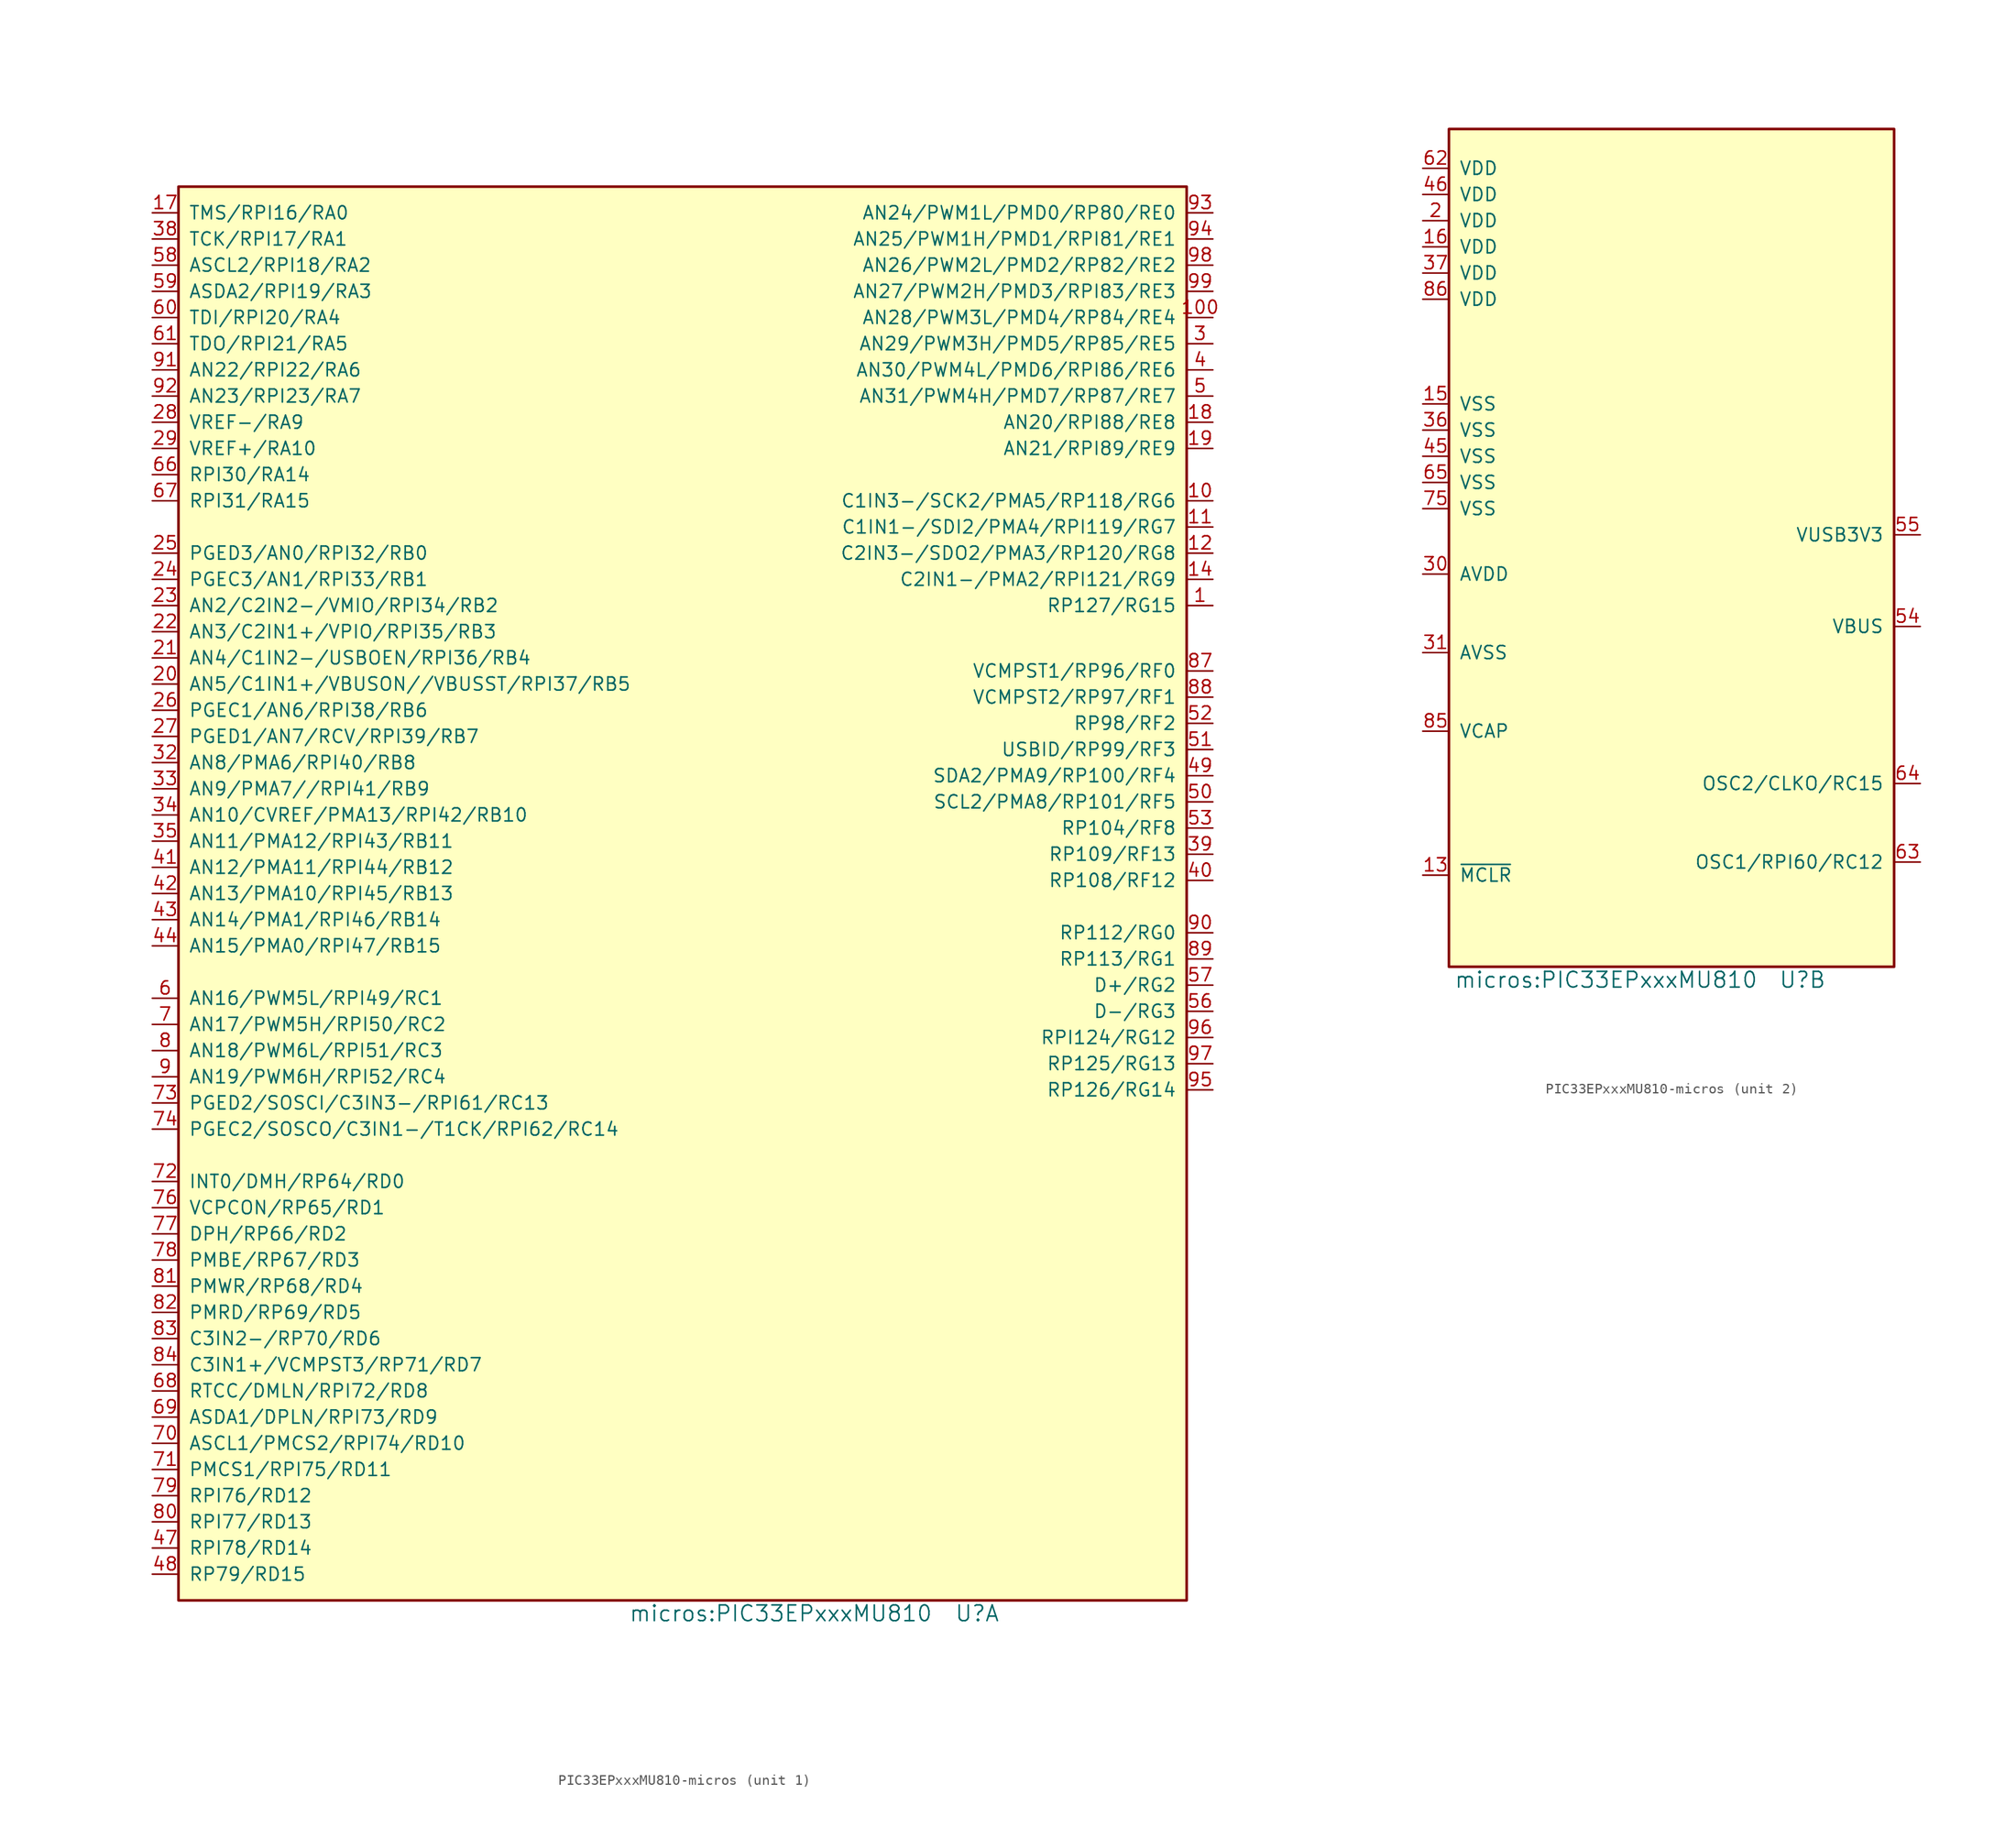
<source format=kicad_sym>
(kicad_symbol_lib
  (version 20241209)
  (generator "kicad_symbol_editor")
  (generator_version "9.0")
  (symbol "PIC33EPxxxMU810-micros"
    (pin_names
      (offset 1.016))
    (property "Reference" "U"
      (at 19.05 -97.79 0)
      (effects (font (size 1.524 1.524))))
    (property "Value" "micros:PIC33EPxxxMU810"
      (at 0 -97.79 0)
      (effects (font (size 1.524 1.524))))
    (property "ki_locked" ""
      (at 0 0 0)
      (effects (font (size 1.27 1.27))))
    (symbol "PIC33EPxxxMU810-micros_1_1"
      (rectangle (start -58.42 40.64) (end 39.37 -96.52) (stroke (width 0.254) (type solid)) (fill (type background)))
      (pin bidirectional line (at -60.96 38.1 0) (length 2.489) (name "TMS/RPI16/RA0" (effects (font (size 1.27 1.27)))) (number "17" (effects (font (size 1.27 1.27)))))
      (pin bidirectional line (at -60.96 35.56 0) (length 2.489) (name "TCK/RPI17/RA1" (effects (font (size 1.27 1.27)))) (number "38" (effects (font (size 1.27 1.27)))))
      (pin bidirectional line (at -60.96 33.02 0) (length 2.489) (name "ASCL2/RPI18/RA2" (effects (font (size 1.27 1.27)))) (number "58" (effects (font (size 1.27 1.27)))))
      (pin bidirectional line (at -60.96 30.48 0) (length 2.489) (name "ASDA2/RPI19/RA3" (effects (font (size 1.27 1.27)))) (number "59" (effects (font (size 1.27 1.27)))))
      (pin bidirectional line (at -60.96 27.94 0) (length 2.489) (name "TDI/RPI20/RA4" (effects (font (size 1.27 1.27)))) (number "60" (effects (font (size 1.27 1.27)))))
      (pin bidirectional line (at -60.96 25.4 0) (length 2.489) (name "TDO/RPI21/RA5" (effects (font (size 1.27 1.27)))) (number "61" (effects (font (size 1.27 1.27)))))
      (pin bidirectional line (at -60.96 22.86 0) (length 2.489) (name "AN22/RPI22/RA6" (effects (font (size 1.27 1.27)))) (number "91" (effects (font (size 1.27 1.27)))))
      (pin bidirectional line (at -60.96 20.32 0) (length 2.489) (name "AN23/RPI23/RA7" (effects (font (size 1.27 1.27)))) (number "92" (effects (font (size 1.27 1.27)))))
      (pin bidirectional line (at -60.96 17.78 0) (length 2.489) (name "VREF-/RA9" (effects (font (size 1.27 1.27)))) (number "28" (effects (font (size 1.27 1.27)))))
      (pin bidirectional line (at -60.96 15.24 0) (length 2.489) (name "VREF+/RA10" (effects (font (size 1.27 1.27)))) (number "29" (effects (font (size 1.27 1.27)))))
      (pin bidirectional line (at -60.96 12.7 0) (length 2.489) (name "RPI30/RA14" (effects (font (size 1.27 1.27)))) (number "66" (effects (font (size 1.27 1.27)))))
      (pin bidirectional line (at -60.96 10.16 0) (length 2.489) (name "RPI31/RA15" (effects (font (size 1.27 1.27)))) (number "67" (effects (font (size 1.27 1.27)))))
      (pin bidirectional line (at -60.96 5.08 0) (length 2.489) (name "PGED3/AN0/RPI32/RB0" (effects (font (size 1.27 1.27)))) (number "25" (effects (font (size 1.27 1.27)))))
      (pin bidirectional line (at -60.96 2.54 0) (length 2.489) (name "PGEC3/AN1/RPI33/RB1" (effects (font (size 1.27 1.27)))) (number "24" (effects (font (size 1.27 1.27)))))
      (pin bidirectional line (at -60.96 0 0) (length 2.489) (name "AN2/C2IN2-/VMIO/RPI34/RB2" (effects (font (size 1.27 1.27)))) (number "23" (effects (font (size 1.27 1.27)))))
      (pin bidirectional line (at -60.96 -2.54 0) (length 2.489) (name "AN3/C2IN1+/VPIO/RPI35/RB3" (effects (font (size 1.27 1.27)))) (number "22" (effects (font (size 1.27 1.27)))))
      (pin bidirectional line (at -60.96 -5.08 0) (length 2.489) (name "AN4/C1IN2-/USBOEN/RPI36/RB4" (effects (font (size 1.27 1.27)))) (number "21" (effects (font (size 1.27 1.27)))))
      (pin bidirectional line (at -60.96 -7.62 0) (length 2.489) (name "AN5/C1IN1+/VBUSON//VBUSST/RPI37/RB5" (effects (font (size 1.27 1.27)))) (number "20" (effects (font (size 1.27 1.27)))))
      (pin bidirectional line (at -60.96 -10.16 0) (length 2.489) (name "PGEC1/AN6/RPI38/RB6" (effects (font (size 1.27 1.27)))) (number "26" (effects (font (size 1.27 1.27)))))
      (pin bidirectional line (at -60.96 -12.7 0) (length 2.489) (name "PGED1/AN7/RCV/RPI39/RB7" (effects (font (size 1.27 1.27)))) (number "27" (effects (font (size 1.27 1.27)))))
      (pin bidirectional line (at -60.96 -15.24 0) (length 2.489) (name "AN8/PMA6/RPI40/RB8" (effects (font (size 1.27 1.27)))) (number "32" (effects (font (size 1.27 1.27)))))
      (pin bidirectional line (at -60.96 -17.78 0) (length 2.489) (name "AN9/PMA7//RPI41/RB9" (effects (font (size 1.27 1.27)))) (number "33" (effects (font (size 1.27 1.27)))))
      (pin bidirectional line (at -60.96 -20.32 0) (length 2.489) (name "AN10/CVREF/PMA13/RPI42/RB10" (effects (font (size 1.27 1.27)))) (number "34" (effects (font (size 1.27 1.27)))))
      (pin bidirectional line (at -60.96 -22.86 0) (length 2.489) (name "AN11/PMA12/RPI43/RB11" (effects (font (size 1.27 1.27)))) (number "35" (effects (font (size 1.27 1.27)))))
      (pin bidirectional line (at -60.96 -25.4 0) (length 2.489) (name "AN12/PMA11/RPI44/RB12" (effects (font (size 1.27 1.27)))) (number "41" (effects (font (size 1.27 1.27)))))
      (pin bidirectional line (at -60.96 -27.94 0) (length 2.489) (name "AN13/PMA10/RPI45/RB13" (effects (font (size 1.27 1.27)))) (number "42" (effects (font (size 1.27 1.27)))))
      (pin bidirectional line (at -60.96 -30.48 0) (length 2.489) (name "AN14/PMA1/RPI46/RB14" (effects (font (size 1.27 1.27)))) (number "43" (effects (font (size 1.27 1.27)))))
      (pin bidirectional line (at -60.96 -33.02 0) (length 2.489) (name "AN15/PMA0/RPI47/RB15" (effects (font (size 1.27 1.27)))) (number "44" (effects (font (size 1.27 1.27)))))
      (pin bidirectional line (at -60.96 -38.1 0) (length 2.489) (name "AN16/PWM5L/RPI49/RC1" (effects (font (size 1.27 1.27)))) (number "6" (effects (font (size 1.27 1.27)))))
      (pin bidirectional line (at -60.96 -40.64 0) (length 2.489) (name "AN17/PWM5H/RPI50/RC2" (effects (font (size 1.27 1.27)))) (number "7" (effects (font (size 1.27 1.27)))))
      (pin bidirectional line (at -60.96 -43.18 0) (length 2.489) (name "AN18/PWM6L/RPI51/RC3" (effects (font (size 1.27 1.27)))) (number "8" (effects (font (size 1.27 1.27)))))
      (pin bidirectional line (at -60.96 -45.72 0) (length 2.489) (name "AN19/PWM6H/RPI52/RC4" (effects (font (size 1.27 1.27)))) (number "9" (effects (font (size 1.27 1.27)))))
      (pin bidirectional line (at -60.96 -48.26 0) (length 2.489) (name "PGED2/SOSCI/C3IN3-/RPI61/RC13" (effects (font (size 1.27 1.27)))) (number "73" (effects (font (size 1.27 1.27)))))
      (pin bidirectional line (at -60.96 -50.8 0) (length 2.489) (name "PGEC2/SOSCO/C3IN1-/T1CK/RPI62/RC14" (effects (font (size 1.27 1.27)))) (number "74" (effects (font (size 1.27 1.27)))))
      (pin bidirectional line (at -60.96 -55.88 0) (length 2.489) (name "INT0/DMH/RP64/RD0" (effects (font (size 1.27 1.27)))) (number "72" (effects (font (size 1.27 1.27)))))
      (pin bidirectional line (at -60.96 -58.42 0) (length 2.489) (name "VCPCON/RP65/RD1" (effects (font (size 1.27 1.27)))) (number "76" (effects (font (size 1.27 1.27)))))
      (pin bidirectional line (at -60.96 -60.96 0) (length 2.489) (name "DPH/RP66/RD2" (effects (font (size 1.27 1.27)))) (number "77" (effects (font (size 1.27 1.27)))))
      (pin bidirectional line (at -60.96 -63.5 0) (length 2.489) (name "PMBE/RP67/RD3" (effects (font (size 1.27 1.27)))) (number "78" (effects (font (size 1.27 1.27)))))
      (pin bidirectional line (at -60.96 -66.04 0) (length 2.489) (name "PMWR/RP68/RD4" (effects (font (size 1.27 1.27)))) (number "81" (effects (font (size 1.27 1.27)))))
      (pin bidirectional line (at -60.96 -68.58 0) (length 2.489) (name "PMRD/RP69/RD5" (effects (font (size 1.27 1.27)))) (number "82" (effects (font (size 1.27 1.27)))))
      (pin bidirectional line (at -60.96 -71.12 0) (length 2.489) (name "C3IN2-/RP70/RD6" (effects (font (size 1.27 1.27)))) (number "83" (effects (font (size 1.27 1.27)))))
      (pin bidirectional line (at -60.96 -73.66 0) (length 2.489) (name "C3IN1+/VCMPST3/RP71/RD7" (effects (font (size 1.27 1.27)))) (number "84" (effects (font (size 1.27 1.27)))))
      (pin bidirectional line (at -60.96 -76.2 0) (length 2.489) (name "RTCC/DMLN/RPI72/RD8" (effects (font (size 1.27 1.27)))) (number "68" (effects (font (size 1.27 1.27)))))
      (pin bidirectional line (at -60.96 -78.74 0) (length 2.489) (name "ASDA1/DPLN/RPI73/RD9" (effects (font (size 1.27 1.27)))) (number "69" (effects (font (size 1.27 1.27)))))
      (pin bidirectional line (at -60.96 -81.28 0) (length 2.489) (name "ASCL1/PMCS2/RPI74/RD10" (effects (font (size 1.27 1.27)))) (number "70" (effects (font (size 1.27 1.27)))))
      (pin bidirectional line (at -60.96 -83.82 0) (length 2.489) (name "PMCS1/RPI75/RD11" (effects (font (size 1.27 1.27)))) (number "71" (effects (font (size 1.27 1.27)))))
      (pin bidirectional line (at -60.96 -86.36 0) (length 2.489) (name "RPI76/RD12" (effects (font (size 1.27 1.27)))) (number "79" (effects (font (size 1.27 1.27)))))
      (pin bidirectional line (at -60.96 -88.9 0) (length 2.489) (name "RPI77/RD13" (effects (font (size 1.27 1.27)))) (number "80" (effects (font (size 1.27 1.27)))))
      (pin bidirectional line (at -60.96 -91.44 0) (length 2.489) (name "RPI78/RD14" (effects (font (size 1.27 1.27)))) (number "47" (effects (font (size 1.27 1.27)))))
      (pin bidirectional line (at -60.96 -93.98 0) (length 2.489) (name "RP79/RD15" (effects (font (size 1.27 1.27)))) (number "48" (effects (font (size 1.27 1.27)))))
      (pin bidirectional line (at 41.91 38.1 180) (length 2.489) (name "AN24/PWM1L/PMD0/RP80/RE0" (effects (font (size 1.27 1.27)))) (number "93" (effects (font (size 1.27 1.27)))))
      (pin bidirectional line (at 41.91 35.56 180) (length 2.489) (name "AN25/PWM1H/PMD1/RPI81/RE1" (effects (font (size 1.27 1.27)))) (number "94" (effects (font (size 1.27 1.27)))))
      (pin bidirectional line (at 41.91 33.02 180) (length 2.489) (name "AN26/PWM2L/PMD2/RP82/RE2" (effects (font (size 1.27 1.27)))) (number "98" (effects (font (size 1.27 1.27)))))
      (pin bidirectional line (at 41.91 30.48 180) (length 2.489) (name "AN27/PWM2H/PMD3/RPI83/RE3" (effects (font (size 1.27 1.27)))) (number "99" (effects (font (size 1.27 1.27)))))
      (pin bidirectional line (at 41.91 27.94 180) (length 2.489) (name "AN28/PWM3L/PMD4/RP84/RE4" (effects (font (size 1.27 1.27)))) (number "100" (effects (font (size 1.27 1.27)))))
      (pin bidirectional line (at 41.91 25.4 180) (length 2.489) (name "AN29/PWM3H/PMD5/RP85/RE5" (effects (font (size 1.27 1.27)))) (number "3" (effects (font (size 1.27 1.27)))))
      (pin bidirectional line (at 41.91 22.86 180) (length 2.489) (name "AN30/PWM4L/PMD6/RPI86/RE6" (effects (font (size 1.27 1.27)))) (number "4" (effects (font (size 1.27 1.27)))))
      (pin bidirectional line (at 41.91 20.32 180) (length 2.489) (name "AN31/PWM4H/PMD7/RP87/RE7" (effects (font (size 1.27 1.27)))) (number "5" (effects (font (size 1.27 1.27)))))
      (pin bidirectional line (at 41.91 17.78 180) (length 2.489) (name "AN20/RPI88/RE8" (effects (font (size 1.27 1.27)))) (number "18" (effects (font (size 1.27 1.27)))))
      (pin bidirectional line (at 41.91 15.24 180) (length 2.489) (name "AN21/RPI89/RE9" (effects (font (size 1.27 1.27)))) (number "19" (effects (font (size 1.27 1.27)))))
      (pin bidirectional line (at 41.91 10.16 180) (length 2.489) (name "C1IN3-/SCK2/PMA5/RP118/RG6" (effects (font (size 1.27 1.27)))) (number "10" (effects (font (size 1.27 1.27)))))
      (pin bidirectional line (at 41.91 7.62 180) (length 2.489) (name "C1IN1-/SDI2/PMA4/RPI119/RG7" (effects (font (size 1.27 1.27)))) (number "11" (effects (font (size 1.27 1.27)))))
      (pin bidirectional line (at 41.91 5.08 180) (length 2.489) (name "C2IN3-/SDO2/PMA3/RP120/RG8" (effects (font (size 1.27 1.27)))) (number "12" (effects (font (size 1.27 1.27)))))
      (pin bidirectional line (at 41.91 2.54 180) (length 2.489) (name "C2IN1-/PMA2/RPI121/RG9" (effects (font (size 1.27 1.27)))) (number "14" (effects (font (size 1.27 1.27)))))
      (pin bidirectional line (at 41.91 0 180) (length 2.489) (name "RP127/RG15" (effects (font (size 1.27 1.27)))) (number "1" (effects (font (size 1.27 1.27)))))
      (pin bidirectional line (at 41.91 -6.35 180) (length 2.489) (name "VCMPST1/RP96/RF0" (effects (font (size 1.27 1.27)))) (number "87" (effects (font (size 1.27 1.27)))))
      (pin bidirectional line (at 41.91 -8.89 180) (length 2.489) (name "VCMPST2/RP97/RF1" (effects (font (size 1.27 1.27)))) (number "88" (effects (font (size 1.27 1.27)))))
      (pin bidirectional line (at 41.91 -11.43 180) (length 2.489) (name "RP98/RF2" (effects (font (size 1.27 1.27)))) (number "52" (effects (font (size 1.27 1.27)))))
      (pin bidirectional line (at 41.91 -13.97 180) (length 2.489) (name "USBID/RP99/RF3" (effects (font (size 1.27 1.27)))) (number "51" (effects (font (size 1.27 1.27)))))
      (pin bidirectional line (at 41.91 -16.51 180) (length 2.489) (name "SDA2/PMA9/RP100/RF4" (effects (font (size 1.27 1.27)))) (number "49" (effects (font (size 1.27 1.27)))))
      (pin bidirectional line (at 41.91 -19.05 180) (length 2.489) (name "SCL2/PMA8/RP101/RF5" (effects (font (size 1.27 1.27)))) (number "50" (effects (font (size 1.27 1.27)))))
      (pin bidirectional line (at 41.91 -21.59 180) (length 2.489) (name "RP104/RF8" (effects (font (size 1.27 1.27)))) (number "53" (effects (font (size 1.27 1.27)))))
      (pin bidirectional line (at 41.91 -24.13 180) (length 2.489) (name "RP109/RF13" (effects (font (size 1.27 1.27)))) (number "39" (effects (font (size 1.27 1.27)))))
      (pin bidirectional line (at 41.91 -26.67 180) (length 2.489) (name "RP108/RF12" (effects (font (size 1.27 1.27)))) (number "40" (effects (font (size 1.27 1.27)))))
      (pin bidirectional line (at 41.91 -31.75 180) (length 2.489) (name "RP112/RG0" (effects (font (size 1.27 1.27)))) (number "90" (effects (font (size 1.27 1.27)))))
      (pin bidirectional line (at 41.91 -34.29 180) (length 2.489) (name "RP113/RG1" (effects (font (size 1.27 1.27)))) (number "89" (effects (font (size 1.27 1.27)))))
      (pin bidirectional line (at 41.91 -36.83 180) (length 2.489) (name "D+/RG2" (effects (font (size 1.27 1.27)))) (number "57" (effects (font (size 1.27 1.27)))))
      (pin bidirectional line (at 41.91 -39.37 180) (length 2.489) (name "D-/RG3" (effects (font (size 1.27 1.27)))) (number "56" (effects (font (size 1.27 1.27)))))
      (pin bidirectional line (at 41.91 -41.91 180) (length 2.489) (name "RPI124/RG12" (effects (font (size 1.27 1.27)))) (number "96" (effects (font (size 1.27 1.27)))))
      (pin bidirectional line (at 41.91 -44.45 180) (length 2.489) (name "RP125/RG13" (effects (font (size 1.27 1.27)))) (number "97" (effects (font (size 1.27 1.27)))))
      (pin bidirectional line (at 41.91 -46.99 180) (length 2.489) (name "RP126/RG14" (effects (font (size 1.27 1.27)))) (number "95" (effects (font (size 1.27 1.27))))))
    (symbol "PIC33EPxxxMU810-micros_2_1"
      (rectangle (start 27.94 -15.24) (end -15.24 -96.52) (stroke (width 0.254) (type solid)) (fill (type background)))
      (pin power_in line (at -17.78 -19.05 0) (length 2.489) (name "VDD" (effects (font (size 1.27 1.27)))) (number "62" (effects (font (size 1.27 1.27)))))
      (pin power_in line (at -17.78 -21.59 0) (length 2.489) (name "VDD" (effects (font (size 1.27 1.27)))) (number "46" (effects (font (size 1.27 1.27)))))
      (pin power_in line (at -17.78 -24.13 0) (length 2.489) (name "VDD" (effects (font (size 1.27 1.27)))) (number "2" (effects (font (size 1.27 1.27)))))
      (pin power_in line (at -17.78 -26.67 0) (length 2.489) (name "VDD" (effects (font (size 1.27 1.27)))) (number "16" (effects (font (size 1.27 1.27)))))
      (pin power_in line (at -17.78 -29.21 0) (length 2.489) (name "VDD" (effects (font (size 1.27 1.27)))) (number "37" (effects (font (size 1.27 1.27)))))
      (pin power_in line (at -17.78 -31.75 0) (length 2.489) (name "VDD" (effects (font (size 1.27 1.27)))) (number "86" (effects (font (size 1.27 1.27)))))
      (pin power_in line (at -17.78 -41.91 0) (length 2.489) (name "VSS" (effects (font (size 1.27 1.27)))) (number "15" (effects (font (size 1.27 1.27)))))
      (pin power_in line (at -17.78 -44.45 0) (length 2.489) (name "VSS" (effects (font (size 1.27 1.27)))) (number "36" (effects (font (size 1.27 1.27)))))
      (pin power_in line (at -17.78 -46.99 0) (length 2.489) (name "VSS" (effects (font (size 1.27 1.27)))) (number "45" (effects (font (size 1.27 1.27)))))
      (pin power_in line (at -17.78 -49.53 0) (length 2.489) (name "VSS" (effects (font (size 1.27 1.27)))) (number "65" (effects (font (size 1.27 1.27)))))
      (pin power_in line (at -17.78 -52.07 0) (length 2.489) (name "VSS" (effects (font (size 1.27 1.27)))) (number "75" (effects (font (size 1.27 1.27)))))
      (pin power_in line (at -17.78 -58.42 0) (length 2.489) (name "AVDD" (effects (font (size 1.27 1.27)))) (number "30" (effects (font (size 1.27 1.27)))))
      (pin power_in line (at -17.78 -66.04 0) (length 2.489) (name "AVSS" (effects (font (size 1.27 1.27)))) (number "31" (effects (font (size 1.27 1.27)))))
      (pin input line (at -17.78 -73.66 0) (length 2.489) (name "VCAP" (effects (font (size 1.27 1.27)))) (number "85" (effects (font (size 1.27 1.27)))))
      (pin input line (at -17.78 -87.63 0) (length 2.489) (name "~{MCLR}" (effects (font (size 1.27 1.27)))) (number "13" (effects (font (size 1.27 1.27)))))
      (pin power_in line (at 30.48 -54.61 180) (length 2.489) (name "VUSB3V3" (effects (font (size 1.27 1.27)))) (number "55" (effects (font (size 1.27 1.27)))))
      (pin power_in line (at 30.48 -63.5 180) (length 2.489) (name "VBUS" (effects (font (size 1.27 1.27)))) (number "54" (effects (font (size 1.27 1.27)))))
      (pin bidirectional line (at 30.48 -78.74 180) (length 2.489) (name "OSC2/CLKO/RC15" (effects (font (size 1.27 1.27)))) (number "64" (effects (font (size 1.27 1.27)))))
      (pin bidirectional line (at 30.48 -86.36 180) (length 2.489) (name "OSC1/RPI60/RC12" (effects (font (size 1.27 1.27)))) (number "63" (effects (font (size 1.27 1.27))))))))
</source>
